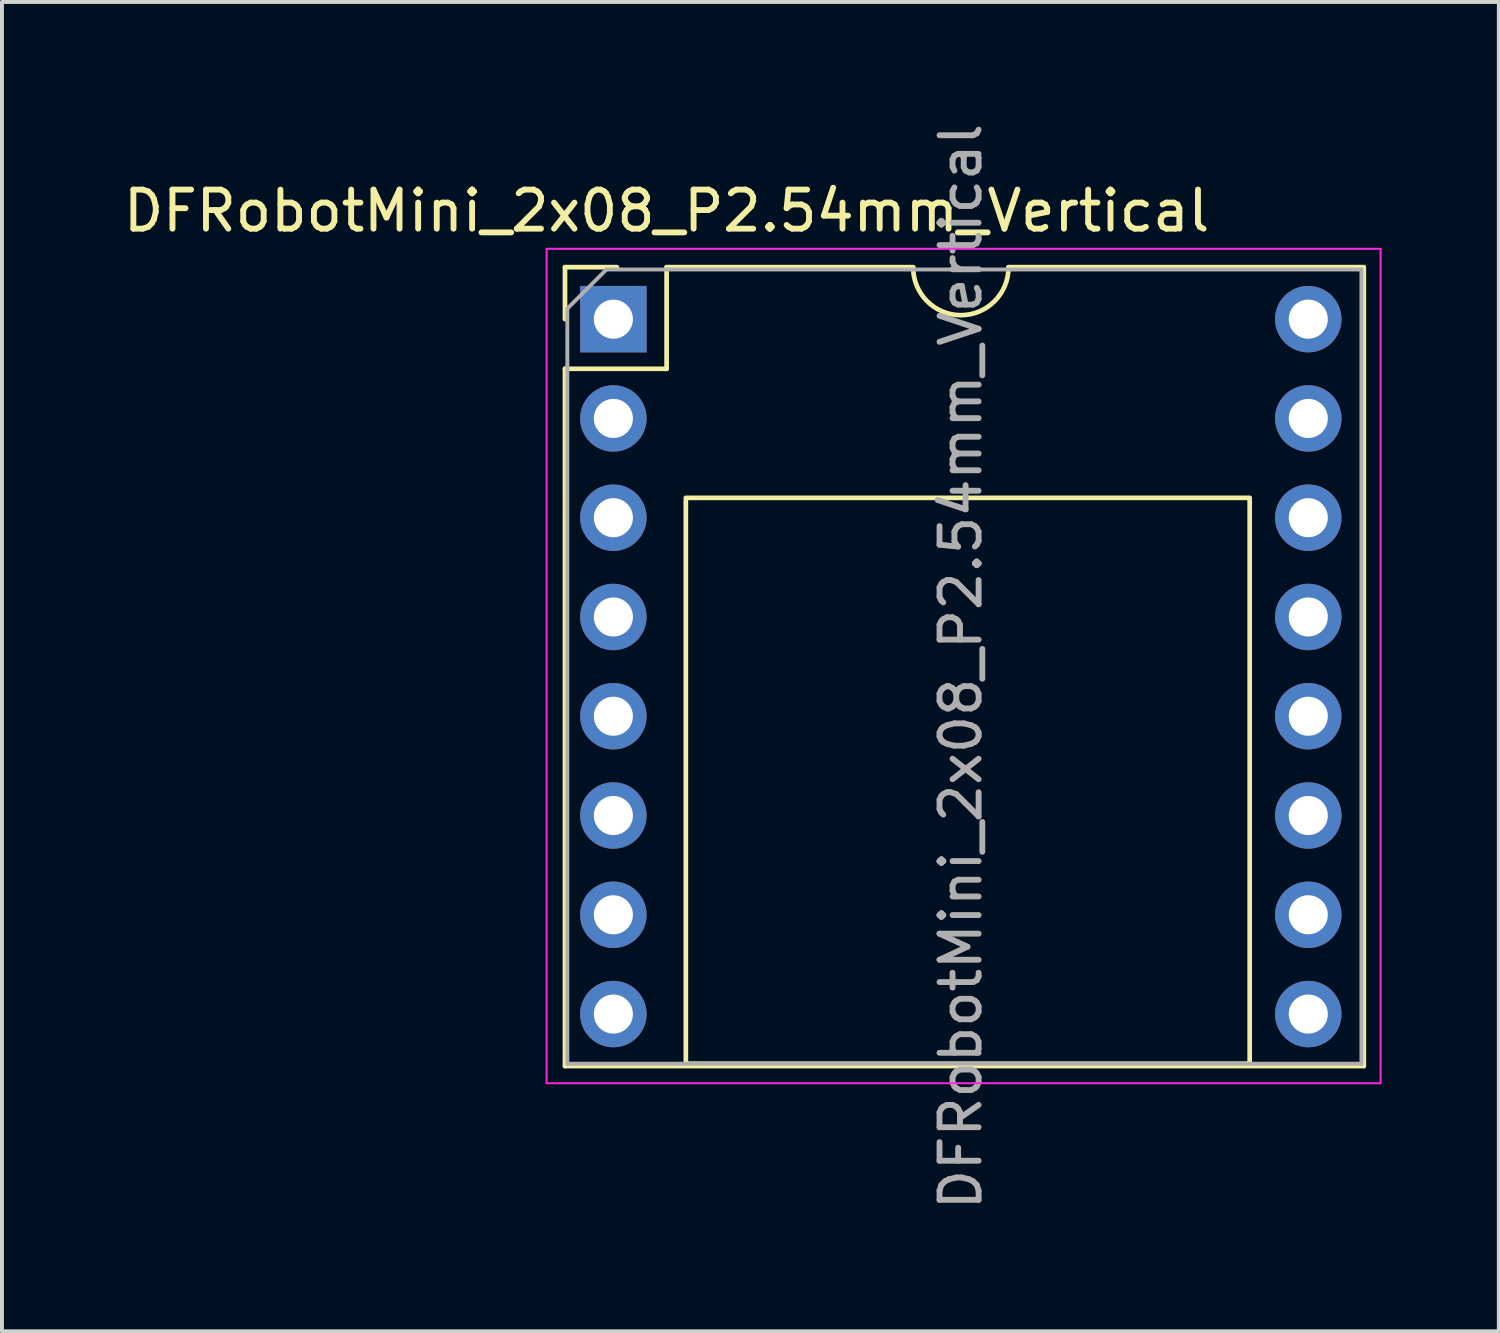
<source format=kicad_pcb>
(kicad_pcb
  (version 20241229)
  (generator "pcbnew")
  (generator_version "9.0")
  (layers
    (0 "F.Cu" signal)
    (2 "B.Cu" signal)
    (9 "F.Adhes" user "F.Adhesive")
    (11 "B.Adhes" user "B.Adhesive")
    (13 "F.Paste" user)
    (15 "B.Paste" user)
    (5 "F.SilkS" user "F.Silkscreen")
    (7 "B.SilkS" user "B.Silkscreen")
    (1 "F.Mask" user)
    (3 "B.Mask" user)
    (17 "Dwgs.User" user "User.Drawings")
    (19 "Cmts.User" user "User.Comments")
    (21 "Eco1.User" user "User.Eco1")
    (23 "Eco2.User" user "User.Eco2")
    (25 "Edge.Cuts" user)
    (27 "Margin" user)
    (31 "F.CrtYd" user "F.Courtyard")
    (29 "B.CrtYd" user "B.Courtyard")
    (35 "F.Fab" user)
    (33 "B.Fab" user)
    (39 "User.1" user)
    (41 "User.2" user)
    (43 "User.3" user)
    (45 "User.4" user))
  (footprint "DFRobotMini_2x08_P2.54mm_Vertical"
    (layer "F.Cu")
    (at 12.644 5.116)
    (property "Reference" "DFRobotMini_2x08_P2.54mm_Vertical" (at 1.362 -2.77 0) (layer "F.SilkS") (effects (font (size 1 1) (thickness 0.15))))
    (attr through_hole)
    (fp_line (start -1.238 -1.33) (end -1.238 0) (stroke (width 0.12) (type solid)) (layer "F.SilkS"))
    (fp_line (start -1.238 -1.33) (end 0.092 -1.33) (stroke (width 0.12) (type solid)) (layer "F.SilkS"))
    (fp_line (start -1.238 1.27) (end -1.238 19.11) (stroke (width 0.12) (type solid)) (layer "F.SilkS"))
    (fp_line (start -1.238 1.27) (end 1.362 1.27) (stroke (width 0.12) (type solid)) (layer "F.SilkS"))
    (fp_line (start -1.238 19.11) (end 19.2 19.11) (stroke (width 0.12) (type solid)) (layer "F.SilkS"))
    (fp_line (start 1.362 -1.33) (end 1.362 1.27) (stroke (width 0.12) (type solid)) (layer "F.SilkS"))
    (fp_line (start 1.362 -1.33) (end 7.671 -1.33) (stroke (width 0.12) (type solid)) (layer "F.SilkS"))
    (fp_line (start 10.109 -1.33) (end 19.2 -1.33) (stroke (width 0.12) (type solid)) (layer "F.SilkS"))
    (fp_line (start 19.2 -1.33) (end 19.2 19.11) (stroke (width 0.12) (type solid)) (layer "F.SilkS"))
    (fp_rect (start 1.854 4.572) (end 16.281 19.05) (stroke (width 0.12) (type solid)) (fill no) (layer "F.SilkS"))
    (fp_arc (start 10.1092 -1.3208) (mid 8.89 -0.1016) (end 7.6708 -1.3208) (stroke (width 0.12) (type solid)) (layer "F.SilkS"))
    (fp_line (start -1.708 -1.8) (end 19.63 -1.8) (stroke (width 0.05) (type solid)) (layer "F.CrtYd"))
    (fp_line (start -1.708 19.55) (end -1.708 -1.8) (stroke (width 0.05) (type solid)) (layer "F.CrtYd"))
    (fp_line (start 19.63 -1.8) (end 19.63 19.55) (stroke (width 0.05) (type solid)) (layer "F.CrtYd"))
    (fp_line (start 19.63 19.55) (end -1.708 19.55) (stroke (width 0.05) (type solid)) (layer "F.CrtYd"))
    (fp_line (start -1.178 -0.27) (end -1.178 19.05) (stroke (width 0.1) (type solid)) (layer "F.Fab"))
    (fp_line (start -0.178 -1.27) (end -1.178 -0.27) (stroke (width 0.1) (type solid)) (layer "F.Fab"))
    (fp_line (start -0.178 -1.27) (end 19.14 -1.27) (stroke (width 0.1) (type solid)) (layer "F.Fab"))
    (fp_line (start 19.14 19.05) (end -1.178 19.05) (stroke (width 0.1) (type solid)) (layer "F.Fab"))
    (fp_line (start 19.14 19.05) (end 19.14 -1.27) (stroke (width 0.1) (type solid)) (layer "F.Fab"))
    (fp_text user "${REFERENCE}" (at 8.89 8.89 90) (layer "F.Fab") (effects (font (size 1 1) (thickness 0.15))))
    (pad "1" thru_hole rect (at 0 0) (size 1.7 1.7) (drill 1) (layers "*.Cu" "*.Mask"))
    (pad "2" thru_hole oval (at 17.78 0) (size 1.7 1.7) (drill 1) (layers "*.Cu" "*.Mask"))
    (pad "3" thru_hole oval (at 0 2.54) (size 1.7 1.7) (drill 1) (layers "*.Cu" "*.Mask"))
    (pad "4" thru_hole oval (at 17.78 2.54) (size 1.7 1.7) (drill 1) (layers "*.Cu" "*.Mask"))
    (pad "5" thru_hole oval (at 0 5.08) (size 1.7 1.7) (drill 1) (layers "*.Cu" "*.Mask"))
    (pad "6" thru_hole oval (at 17.78 5.08) (size 1.7 1.7) (drill 1) (layers "*.Cu" "*.Mask"))
    (pad "7" thru_hole oval (at 0 7.62) (size 1.7 1.7) (drill 1) (layers "*.Cu" "*.Mask"))
    (pad "8" thru_hole oval (at 17.78 7.62) (size 1.7 1.7) (drill 1) (layers "*.Cu" "*.Mask"))
    (pad "9" thru_hole oval (at 0 10.16) (size 1.7 1.7) (drill 1) (layers "*.Cu" "*.Mask"))
    (pad "10" thru_hole oval (at 17.78 10.16) (size 1.7 1.7) (drill 1) (layers "*.Cu" "*.Mask"))
    (pad "11" thru_hole oval (at 0 12.7) (size 1.7 1.7) (drill 1) (layers "*.Cu" "*.Mask"))
    (pad "12" thru_hole oval (at 17.78 12.7) (size 1.7 1.7) (drill 1) (layers "*.Cu" "*.Mask"))
    (pad "13" thru_hole oval (at 0 15.24) (size 1.7 1.7) (drill 1) (layers "*.Cu" "*.Mask"))
    (pad "14" thru_hole oval (at 17.78 15.24) (size 1.7 1.7) (drill 1) (layers "*.Cu" "*.Mask"))
    (pad "15" thru_hole oval (at 0 17.78) (size 1.7 1.7) (drill 1) (layers "*.Cu" "*.Mask"))
    (pad "16" thru_hole oval (at 17.78 17.78) (size 1.7 1.7) (drill 1) (layers "*.Cu" "*.Mask")))
  (gr_rect
    (start -3 -3)
    (end 35.299 31.012)
    (stroke (width 0.1) (type default))
    (fill no)
    (layer "Edge.Cuts")))
</source>
